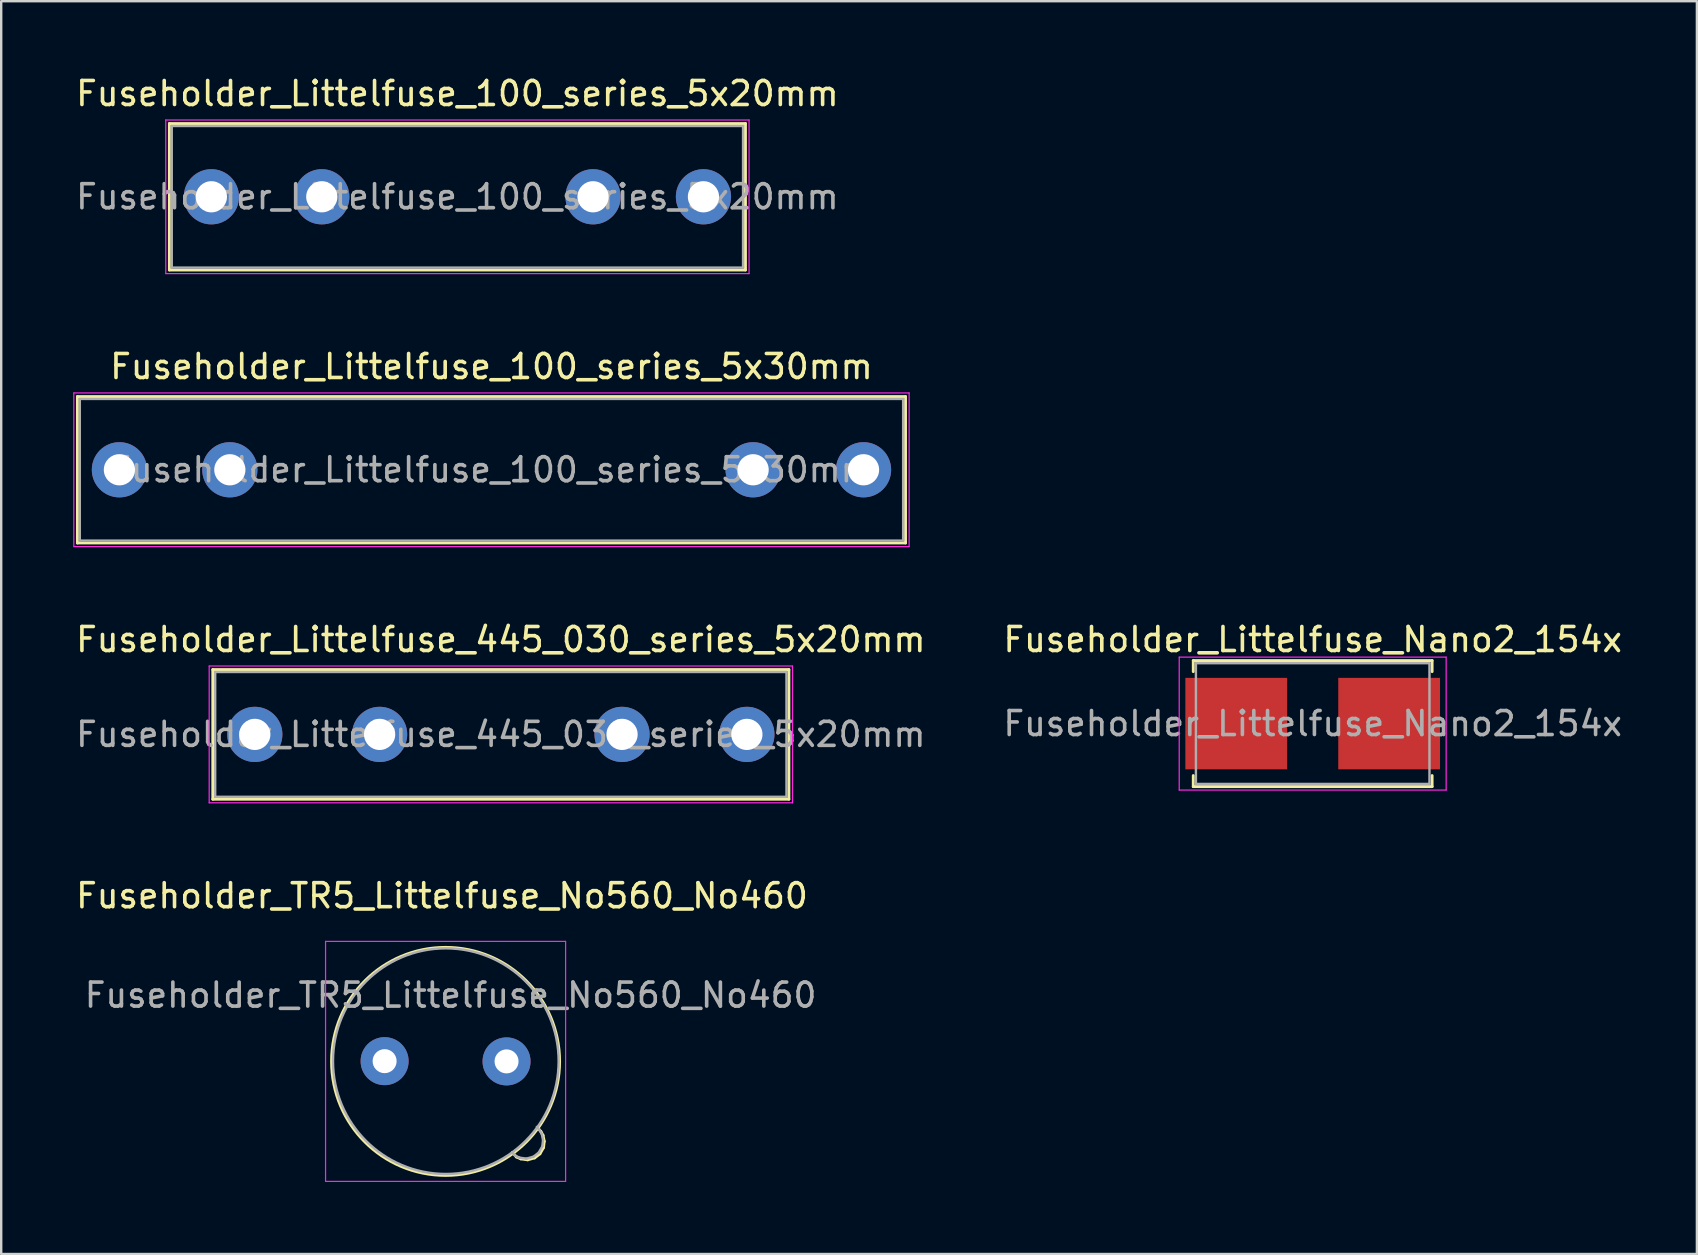
<source format=kicad_pcb>
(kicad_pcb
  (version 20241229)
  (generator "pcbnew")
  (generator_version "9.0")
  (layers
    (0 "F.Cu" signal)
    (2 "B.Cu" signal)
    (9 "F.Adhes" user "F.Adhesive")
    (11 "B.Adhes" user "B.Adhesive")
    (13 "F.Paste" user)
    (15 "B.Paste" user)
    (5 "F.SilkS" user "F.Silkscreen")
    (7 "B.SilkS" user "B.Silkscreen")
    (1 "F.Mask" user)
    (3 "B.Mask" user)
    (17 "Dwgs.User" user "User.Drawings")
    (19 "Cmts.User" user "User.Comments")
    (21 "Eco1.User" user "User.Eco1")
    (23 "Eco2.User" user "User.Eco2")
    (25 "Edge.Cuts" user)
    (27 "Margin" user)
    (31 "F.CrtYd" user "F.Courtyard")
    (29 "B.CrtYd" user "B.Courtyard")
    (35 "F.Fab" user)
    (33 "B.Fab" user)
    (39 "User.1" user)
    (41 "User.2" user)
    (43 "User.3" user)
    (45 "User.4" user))
  (footprint "Fuseholder_TR5_Littelfuse_No560_No460"
    (layer "F.Cu")
    (at 12.973 41.158)
    (property "Reference" "Fuseholder_TR5_Littelfuse_No560_No460" (at 2.39 -6.89 0) (layer "F.SilkS") (effects (font (size 1 1) (thickness 0.15))))
    (attr through_hole)
    (fp_line (start 5.49 3.99) (end 5.36 3.84) (stroke (width 0.12) (type solid)) (layer "F.SilkS"))
    (fp_line (start 5.67 4.07) (end 5.49 3.99) (stroke (width 0.12) (type solid)) (layer "F.SilkS"))
    (fp_line (start 5.96 4.11) (end 5.67 4.07) (stroke (width 0.12) (type solid)) (layer "F.SilkS"))
    (fp_line (start 6.25 4.03) (end 5.96 4.11) (stroke (width 0.12) (type solid)) (layer "F.SilkS"))
    (fp_line (start 6.39 2.79) (end 6.51 2.93) (stroke (width 0.12) (type solid)) (layer "F.SilkS"))
    (fp_line (start 6.47 3.86) (end 6.25 4.03) (stroke (width 0.12) (type solid)) (layer "F.SilkS"))
    (fp_line (start 6.51 2.93) (end 6.6 3.09) (stroke (width 0.12) (type solid)) (layer "F.SilkS"))
    (fp_line (start 6.6 3.09) (end 6.65 3.34) (stroke (width 0.12) (type solid)) (layer "F.SilkS"))
    (fp_line (start 6.62 3.6) (end 6.47 3.86) (stroke (width 0.12) (type solid)) (layer "F.SilkS"))
    (fp_line (start 6.65 3.34) (end 6.62 3.6) (stroke (width 0.12) (type solid)) (layer "F.SilkS"))
    (fp_circle (center 2.54 0.01) (end 7.29 0.01) (stroke (width 0.12) (type solid)) (fill no) (layer "F.SilkS"))
    (fp_line (start -2.46 -4.99) (end -2.46 5.01) (stroke (width 0.05) (type solid)) (layer "F.CrtYd"))
    (fp_line (start -2.46 -4.99) (end 7.54 -4.99) (stroke (width 0.05) (type solid)) (layer "F.CrtYd"))
    (fp_line (start 7.54 5.01) (end -2.46 5.01) (stroke (width 0.05) (type solid)) (layer "F.CrtYd"))
    (fp_line (start 7.54 5.01) (end 7.54 -4.99) (stroke (width 0.05) (type solid)) (layer "F.CrtYd"))
    (fp_line (start 5.44 3.94) (end 5.31 3.79) (stroke (width 0.1) (type solid)) (layer "F.Fab"))
    (fp_line (start 5.62 4.02) (end 5.44 3.94) (stroke (width 0.1) (type solid)) (layer "F.Fab"))
    (fp_line (start 5.91 4.06) (end 5.62 4.02) (stroke (width 0.1) (type solid)) (layer "F.Fab"))
    (fp_line (start 6.2 3.98) (end 5.91 4.06) (stroke (width 0.1) (type solid)) (layer "F.Fab"))
    (fp_line (start 6.34 2.74) (end 6.46 2.88) (stroke (width 0.1) (type solid)) (layer "F.Fab"))
    (fp_line (start 6.42 3.81) (end 6.2 3.98) (stroke (width 0.1) (type solid)) (layer "F.Fab"))
    (fp_line (start 6.46 2.88) (end 6.55 3.04) (stroke (width 0.1) (type solid)) (layer "F.Fab"))
    (fp_line (start 6.55 3.04) (end 6.6 3.29) (stroke (width 0.1) (type solid)) (layer "F.Fab"))
    (fp_line (start 6.57 3.55) (end 6.42 3.81) (stroke (width 0.1) (type solid)) (layer "F.Fab"))
    (fp_line (start 6.6 3.29) (end 6.57 3.55) (stroke (width 0.1) (type solid)) (layer "F.Fab"))
    (fp_circle (center 2.55 0) (end 7.25 0) (stroke (width 0.1) (type solid)) (fill no) (layer "F.Fab"))
    (fp_text user "${REFERENCE}" (at 2.75 -2.75 0) (layer "F.Fab") (effects (font (size 1 1) (thickness 0.15))))
    (pad "1" thru_hole circle (at 0 0) (size 2 2) (drill 1) (layers "*.Cu" "*.Mask"))
    (pad "2" thru_hole circle (at 5.08 0.01) (size 2 2) (drill 1) (layers "*.Cu" "*.Mask")))
  (footprint "Fuseholder_Littelfuse_100_series_5x20mm"
    (layer "F.Cu")
    (at 5.756 5.148)
    (property "Reference" "Fuseholder_Littelfuse_100_series_5x20mm" (at 10.25 -4.3 0) (unlocked yes) (layer "F.SilkS") (effects (font (size 1 1) (thickness 0.15))))
    (attr through_hole)
    (fp_line (start -1.75 -3.05) (end 22.25 -3.05) (stroke (width 0.12) (type solid)) (layer "F.SilkS"))
    (fp_line (start -1.75 3.05) (end -1.75 -3.05) (stroke (width 0.12) (type solid)) (layer "F.SilkS"))
    (fp_line (start 22.25 -3.05) (end 22.25 3.05) (stroke (width 0.12) (type solid)) (layer "F.SilkS"))
    (fp_line (start 22.25 3.05) (end -1.75 3.05) (stroke (width 0.12) (type solid)) (layer "F.SilkS"))
    (fp_line (start -1.9 -3.2) (end 22.4 -3.2) (stroke (width 0.05) (type solid)) (layer "F.CrtYd"))
    (fp_line (start -1.9 3.2) (end -1.9 -3.2) (stroke (width 0.05) (type solid)) (layer "F.CrtYd"))
    (fp_line (start 22.4 -3.2) (end 22.4 3.2) (stroke (width 0.05) (type solid)) (layer "F.CrtYd"))
    (fp_line (start 22.4 3.2) (end -1.9 3.2) (stroke (width 0.05) (type solid)) (layer "F.CrtYd"))
    (fp_line (start -1.65 -2.95) (end 22.15 -2.95) (stroke (width 0.1) (type solid)) (layer "F.Fab"))
    (fp_line (start -1.65 2.95) (end -1.65 -2.95) (stroke (width 0.1) (type solid)) (layer "F.Fab"))
    (fp_line (start 22.15 -2.95) (end 22.15 2.95) (stroke (width 0.1) (type solid)) (layer "F.Fab"))
    (fp_line (start 22.15 2.95) (end -1.65 2.95) (stroke (width 0.1) (type solid)) (layer "F.Fab"))
    (fp_text user "${REFERENCE}" (at 10.25 0 0) (unlocked yes) (layer "F.Fab") (effects (font (size 1 1) (thickness 0.15))))
    (pad "1" thru_hole circle (at 0 0) (size 2.3 2.3) (drill 1.3) (layers "*.Cu" "*.Mask"))
    (pad "1" thru_hole circle (at 4.6 0) (size 2.3 2.3) (drill 1.3) (layers "*.Cu" "*.Mask"))
    (pad "2" thru_hole circle (at 15.9 0) (size 2.3 2.3) (drill 1.3) (layers "*.Cu" "*.Mask"))
    (pad "2" thru_hole circle (at 20.5 0) (size 2.3 2.3) (drill 1.3) (layers "*.Cu" "*.Mask")))
  (footprint "Fuseholder_Littelfuse_100_series_5x30mm"
    (layer "F.Cu")
    (at 1.925 16.521)
    (property "Reference" "Fuseholder_Littelfuse_100_series_5x30mm" (at 15.5 -4.3 0) (unlocked yes) (layer "F.SilkS") (effects (font (size 1 1) (thickness 0.15))))
    (attr through_hole)
    (fp_line (start -1.75 -3.05) (end 32.75 -3.05) (stroke (width 0.12) (type solid)) (layer "F.SilkS"))
    (fp_line (start -1.75 3.05) (end -1.75 -3.05) (stroke (width 0.12) (type solid)) (layer "F.SilkS"))
    (fp_line (start 32.75 -3.05) (end 32.75 3.05) (stroke (width 0.12) (type solid)) (layer "F.SilkS"))
    (fp_line (start 32.75 3.05) (end -1.75 3.05) (stroke (width 0.12) (type solid)) (layer "F.SilkS"))
    (fp_line (start -1.9 -3.2) (end 32.9 -3.2) (stroke (width 0.05) (type solid)) (layer "F.CrtYd"))
    (fp_line (start -1.9 3.2) (end -1.9 -3.2) (stroke (width 0.05) (type solid)) (layer "F.CrtYd"))
    (fp_line (start 32.9 -3.2) (end 32.9 3.2) (stroke (width 0.05) (type solid)) (layer "F.CrtYd"))
    (fp_line (start 32.9 3.2) (end -1.9 3.2) (stroke (width 0.05) (type solid)) (layer "F.CrtYd"))
    (fp_line (start -1.65 -2.95) (end 32.65 -2.95) (stroke (width 0.1) (type solid)) (layer "F.Fab"))
    (fp_line (start -1.65 2.95) (end -1.65 -2.95) (stroke (width 0.1) (type solid)) (layer "F.Fab"))
    (fp_line (start 32.65 -2.95) (end 32.65 2.95) (stroke (width 0.1) (type solid)) (layer "F.Fab"))
    (fp_line (start 32.65 2.95) (end -1.65 2.95) (stroke (width 0.1) (type solid)) (layer "F.Fab"))
    (fp_text user "${REFERENCE}" (at 15.5 0 0) (unlocked yes) (layer "F.Fab") (effects (font (size 1 1) (thickness 0.15))))
    (pad "1" thru_hole circle (at 0 0) (size 2.3 2.3) (drill 1.3) (layers "*.Cu" "*.Mask"))
    (pad "1" thru_hole circle (at 4.6 0) (size 2.3 2.3) (drill 1.3) (layers "*.Cu" "*.Mask"))
    (pad "2" thru_hole circle (at 26.4 0) (size 2.3 2.3) (drill 1.3) (layers "*.Cu" "*.Mask"))
    (pad "2" thru_hole circle (at 31 0) (size 2.3 2.3) (drill 1.3) (layers "*.Cu" "*.Mask")))
  (footprint "Fuseholder_Littelfuse_Nano2_154x"
    (layer "F.Cu")
    (at 51.637 27.095)
    (property "Reference" "Fuseholder_Littelfuse_Nano2_154x" (at 0 -3.5 0) (unlocked yes) (layer "F.SilkS") (effects (font (size 1 1) (thickness 0.15))))
    (attr smd)
    (fp_line (start -4.975 -2.625) (end -4.975 -2.165) (stroke (width 0.12) (type solid)) (layer "F.SilkS"))
    (fp_line (start -4.975 -2.625) (end 4.975 -2.625) (stroke (width 0.12) (type solid)) (layer "F.SilkS"))
    (fp_line (start -4.975 2.165) (end -4.975 2.625) (stroke (width 0.12) (type solid)) (layer "F.SilkS"))
    (fp_line (start -4.975 2.625) (end 4.975 2.625) (stroke (width 0.12) (type solid)) (layer "F.SilkS"))
    (fp_line (start 4.975 -2.625) (end 4.975 -2.165) (stroke (width 0.12) (type solid)) (layer "F.SilkS"))
    (fp_line (start 4.975 2.625) (end 4.975 2.165) (stroke (width 0.12) (type solid)) (layer "F.SilkS"))
    (fp_line (start -5.56 -2.77) (end -5.56 2.77) (stroke (width 0.05) (type solid)) (layer "F.CrtYd"))
    (fp_line (start -5.56 -2.77) (end 5.56 -2.77) (stroke (width 0.05) (type solid)) (layer "F.CrtYd"))
    (fp_line (start -5.56 2.77) (end 5.56 2.77) (stroke (width 0.05) (type solid)) (layer "F.CrtYd"))
    (fp_line (start 5.56 -2.77) (end 5.56 2.77) (stroke (width 0.05) (type solid)) (layer "F.CrtYd"))
    (fp_line (start -4.865 -2.515) (end -4.865 2.515) (stroke (width 0.1) (type solid)) (layer "F.Fab"))
    (fp_line (start -4.865 -2.515) (end 4.865 -2.515) (stroke (width 0.1) (type solid)) (layer "F.Fab"))
    (fp_line (start -4.865 2.515) (end 4.865 2.515) (stroke (width 0.1) (type solid)) (layer "F.Fab"))
    (fp_line (start 4.865 2.515) (end 4.865 -2.515) (stroke (width 0.1) (type solid)) (layer "F.Fab"))
    (fp_text user "${REFERENCE}" (at 0 0 0) (layer "F.Fab") (effects (font (size 1 1) (thickness 0.15))))
    (pad "1" smd rect (at -3.185 0) (size 4.24 3.81) (layers "F.Cu" "F.Mask" "F.Paste"))
    (pad "2" smd rect (at 3.185 0) (size 4.24 3.81) (layers "F.Cu" "F.Mask" "F.Paste")))
  (footprint "Fuseholder_Littelfuse_445_030_series_5x20mm"
    (layer "F.Cu")
    (at 7.565 27.545)
    (property "Reference" "Fuseholder_Littelfuse_445_030_series_5x20mm" (at 10.25 -3.95 0) (unlocked yes) (layer "F.SilkS") (effects (font (size 1 1) (thickness 0.15))))
    (attr through_hole)
    (fp_line (start -1.75 -2.7) (end 22.25 -2.7) (stroke (width 0.12) (type solid)) (layer "F.SilkS"))
    (fp_line (start -1.75 2.7) (end -1.75 -2.7) (stroke (width 0.12) (type solid)) (layer "F.SilkS"))
    (fp_line (start 22.25 -2.7) (end 22.25 2.7) (stroke (width 0.12) (type solid)) (layer "F.SilkS"))
    (fp_line (start 22.25 2.7) (end -1.75 2.7) (stroke (width 0.12) (type solid)) (layer "F.SilkS"))
    (fp_line (start -1.9 -2.85) (end 22.4 -2.85) (stroke (width 0.05) (type solid)) (layer "F.CrtYd"))
    (fp_line (start -1.9 2.85) (end -1.9 -2.85) (stroke (width 0.05) (type solid)) (layer "F.CrtYd"))
    (fp_line (start 22.4 -2.85) (end 22.4 2.85) (stroke (width 0.05) (type solid)) (layer "F.CrtYd"))
    (fp_line (start 22.4 2.85) (end -1.9 2.85) (stroke (width 0.05) (type solid)) (layer "F.CrtYd"))
    (fp_line (start -1.65 -2.6) (end 22.15 -2.6) (stroke (width 0.1) (type solid)) (layer "F.Fab"))
    (fp_line (start -1.65 2.6) (end -1.65 -2.6) (stroke (width 0.1) (type solid)) (layer "F.Fab"))
    (fp_line (start 22.15 -2.6) (end 22.15 2.6) (stroke (width 0.1) (type solid)) (layer "F.Fab"))
    (fp_line (start 22.15 2.6) (end -1.65 2.6) (stroke (width 0.1) (type solid)) (layer "F.Fab"))
    (fp_text user "${REFERENCE}" (at 10.25 0 0) (unlocked yes) (layer "F.Fab") (effects (font (size 1 1) (thickness 0.15))))
    (pad "1" thru_hole circle (at 0 0) (size 2.3 2.3) (drill 1.3) (layers "*.Cu" "*.Mask"))
    (pad "1" thru_hole circle (at 5.2 0) (size 2.3 2.3) (drill 1.3) (layers "*.Cu" "*.Mask"))
    (pad "2" thru_hole circle (at 15.3 0) (size 2.3 2.3) (drill 1.3) (layers "*.Cu" "*.Mask"))
    (pad "2" thru_hole circle (at 20.5 0) (size 2.3 2.3) (drill 1.3) (layers "*.Cu" "*.Mask")))
  (gr_rect
    (start -3 -3)
    (end 67.643 49.193)
    (stroke (width 0.1) (type default))
    (fill no)
    (layer "Edge.Cuts")))
</source>
